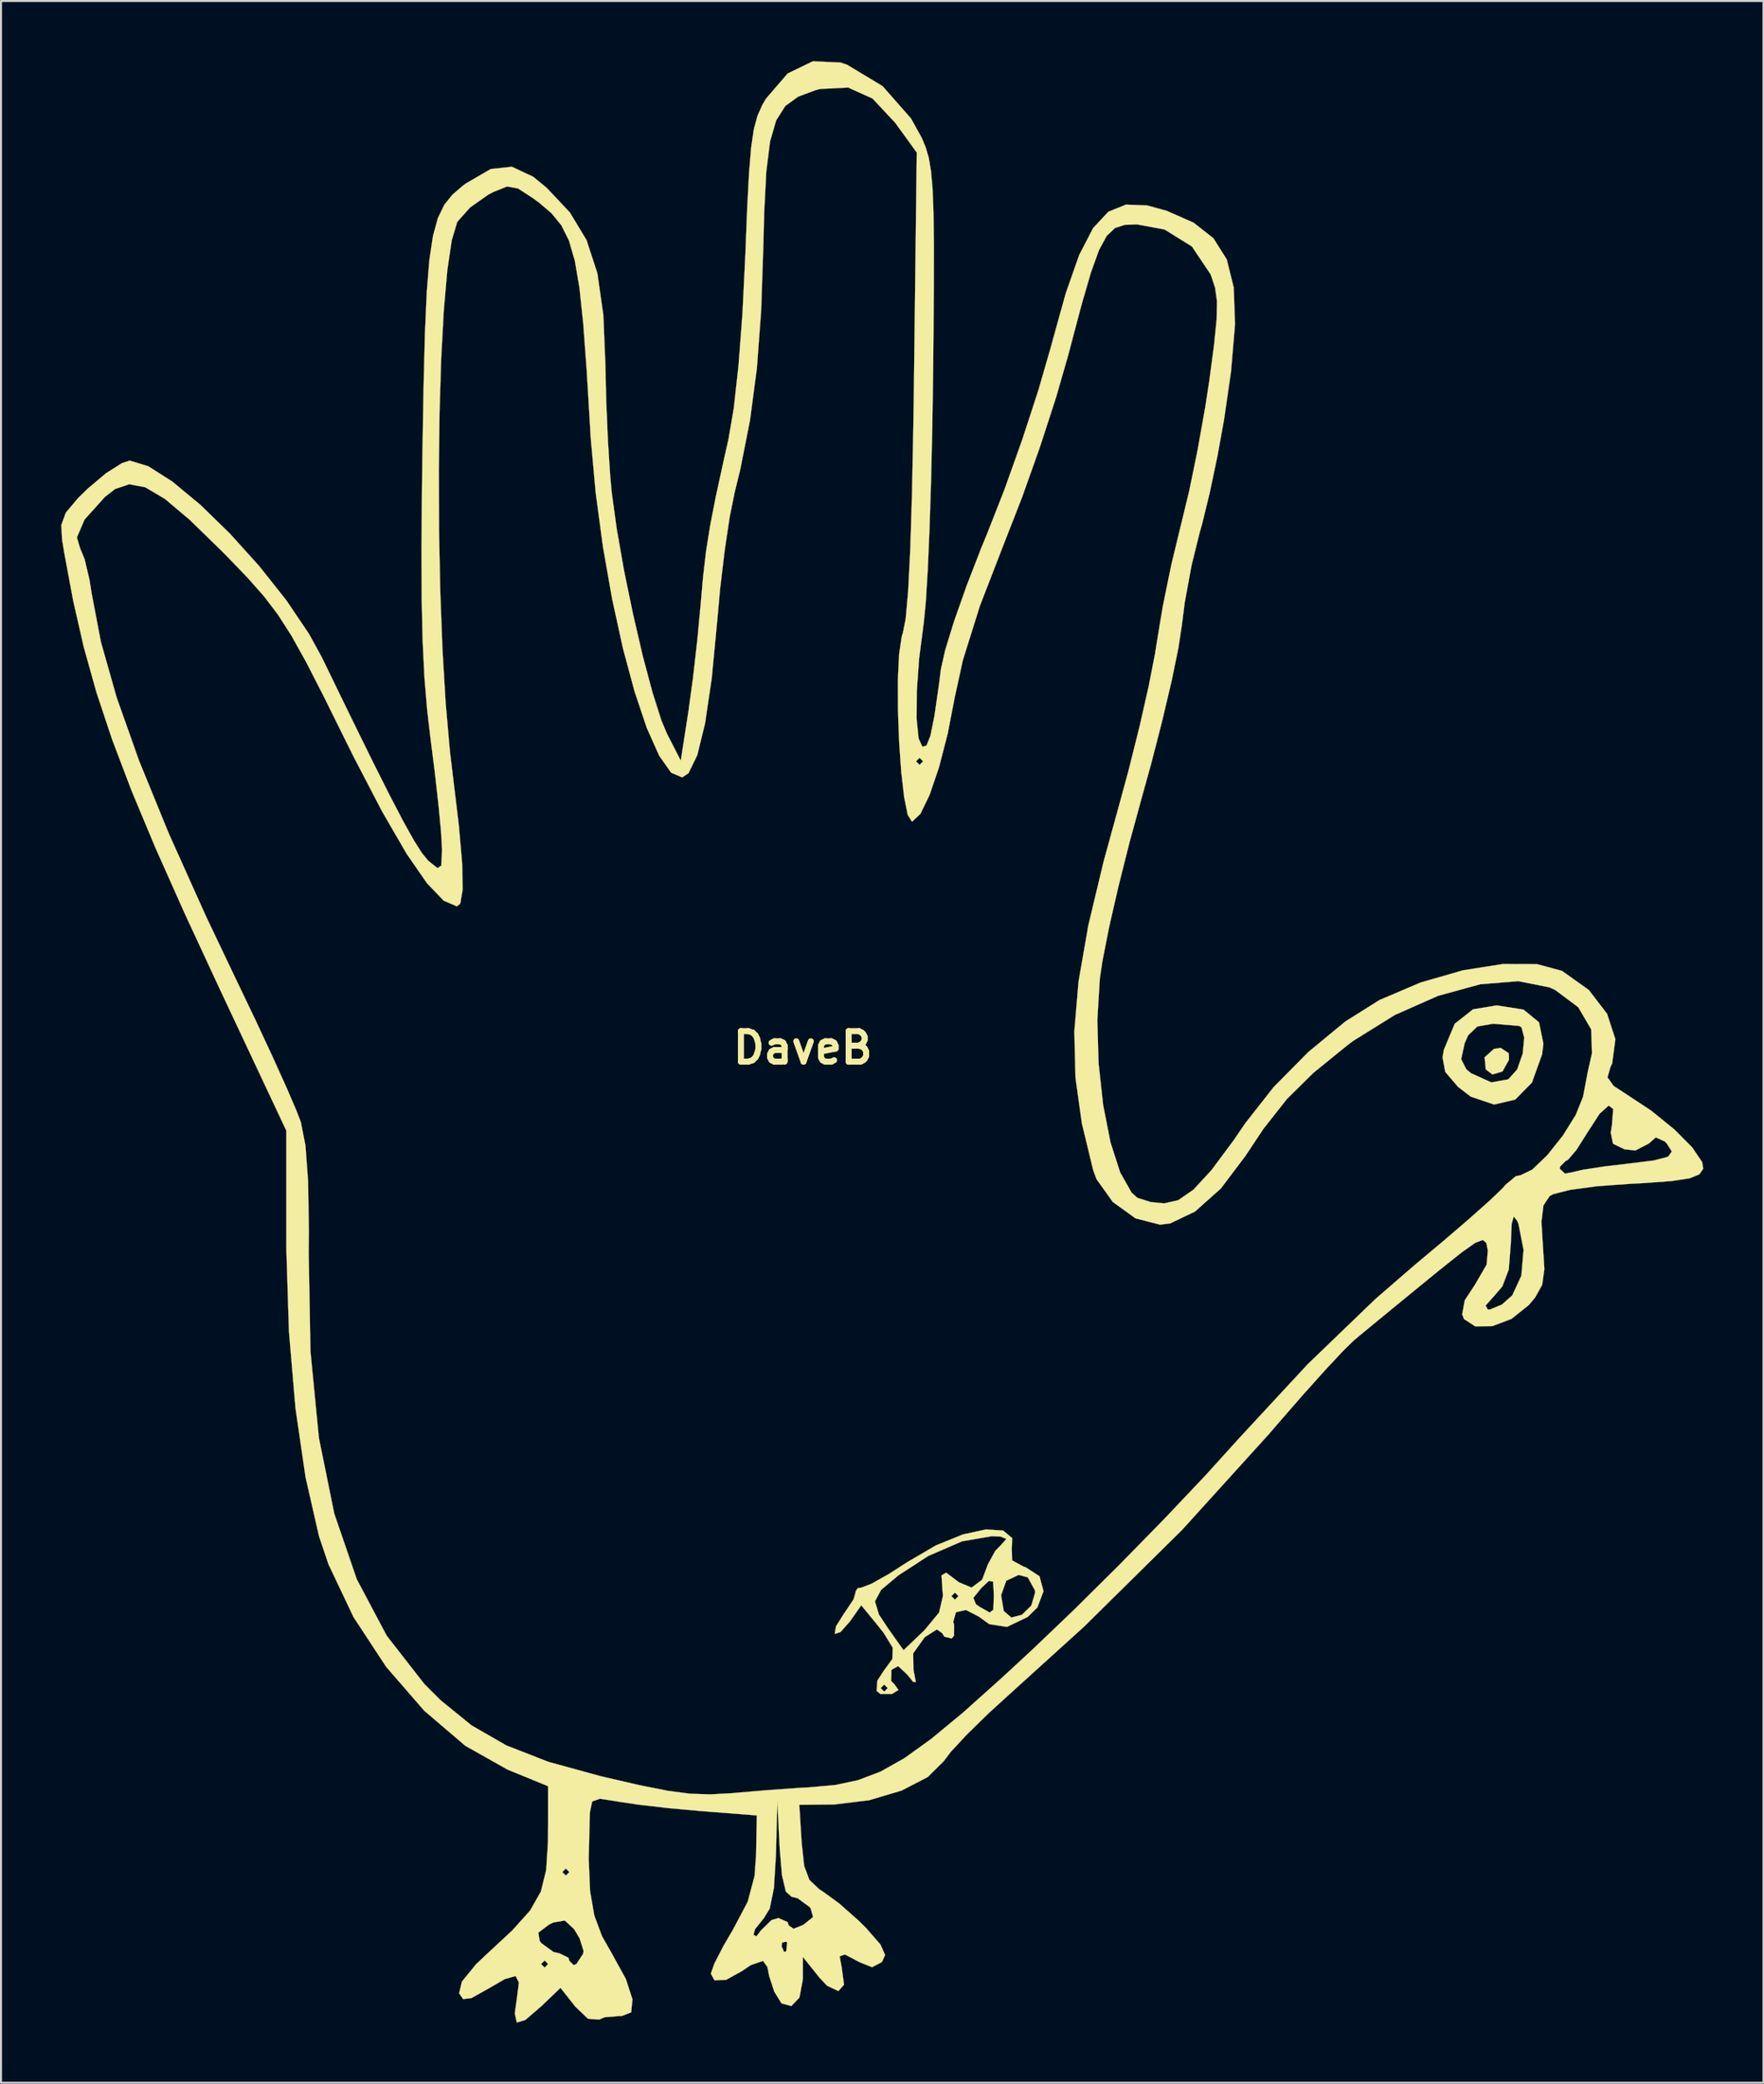
<source format=kicad_pcb>
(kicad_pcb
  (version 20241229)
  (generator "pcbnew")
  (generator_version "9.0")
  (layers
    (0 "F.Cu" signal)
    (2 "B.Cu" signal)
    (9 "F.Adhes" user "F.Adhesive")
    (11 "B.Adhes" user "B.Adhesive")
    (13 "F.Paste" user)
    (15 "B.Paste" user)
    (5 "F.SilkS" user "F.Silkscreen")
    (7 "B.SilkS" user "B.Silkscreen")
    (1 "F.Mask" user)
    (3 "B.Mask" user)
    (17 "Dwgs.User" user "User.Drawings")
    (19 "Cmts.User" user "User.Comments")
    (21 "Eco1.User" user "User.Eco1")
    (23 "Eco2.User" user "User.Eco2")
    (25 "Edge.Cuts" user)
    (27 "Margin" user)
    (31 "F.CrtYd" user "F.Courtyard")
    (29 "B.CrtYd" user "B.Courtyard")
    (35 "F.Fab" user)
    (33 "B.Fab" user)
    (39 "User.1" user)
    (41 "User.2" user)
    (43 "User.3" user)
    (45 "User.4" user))
  (footprint "DaveB"
    (layer "F.Cu")
    (at 36.982 49.201)
    (property "Reference" "DaveB" (at 0 0 0) (layer "F.SilkS") (effects (font (size 1.524 1.524) (thickness 0.3))))
    (attr through_hole)
    (fp_poly (pts (xy 35.199 0.269) (xy 35.215 0.588) (xy 34.889 1.176) (xy 34.388 1.327) (xy 34.055 1.077) (xy 33.997 0.471) (xy 34.46 0.055) (xy 34.795 0) (xy 35.199 0.269)) (stroke (width 0.01) (type solid)) (fill yes) (layer "F.SilkS"))
    (fp_poly (pts (xy 35.937 -1.907) (xy 36.71 -1.273) (xy 36.928 -0.208) (xy 36.865 0.319) (xy 36.357 1.73) (xy 35.524 2.579) (xy 34.472 2.826) (xy 33.304 2.432) (xy 32.675 1.949) (xy 32.034 1.199) (xy 31.916 0.563) (xy 32.827 0.563) (xy 33.083 1.071) (xy 33.325 1.269) (xy 34.33 1.722) (xy 35.177 1.57) (xy 35.618 1.082) (xy 35.897 0.287) (xy 35.973 -0.509) (xy 35.835 -1.027) (xy 35.719 -1.094) (xy 34.423 -1.204) (xy 33.633 -1.065) (xy 33.175 -0.623) (xy 33.002 -0.23) (xy 32.827 0.563) (xy 31.916 0.563) (xy 31.899 0.471) (xy 31.965 0.097) (xy 32.509 -1.203) (xy 33.421 -1.921) (xy 34.602 -2.117) (xy 35.937 -1.907)) (stroke (width 0.01) (type solid)) (fill yes) (layer "F.SilkS"))
    (fp_poly (pts (xy 9.99 24.07) (xy 10.438 24.447) (xy 10.42 25.005) (xy 10.434 25.557) (xy 11.017 25.873) (xy 11.102 25.895) (xy 11.802 26.35) (xy 12.002 27.094) (xy 11.693 27.91) (xy 11.21 28.379) (xy 10.18 28.874) (xy 9.296 28.736) (xy 8.781 28.364) (xy 8.136 28.031) (xy 7.633 28.143) (xy 7.5 28.623) (xy 7.545 28.776) (xy 7.538 29.317) (xy 7.423 29.448) (xy 7.054 29.363) (xy 6.961 29.195) (xy 6.688 29.001) (xy 6.123 29.358) (xy 6.054 29.418) (xy 5.504 30.194) (xy 5.516 31.006) (xy 5.636 31.625) (xy 5.507 31.621) (xy 5.211 31.256) (xy 4.755 30.829) (xy 4.434 31.006) (xy 4.418 31.03) (xy 4.404 31.571) (xy 4.57 31.74) (xy 4.769 32.02) (xy 4.451 32.215) (xy 3.863 32.215) (xy 3.681 32.065) (xy 3.691 31.926) (xy 3.881 31.926) (xy 4.057 32.103) (xy 4.233 31.926) (xy 4.057 31.75) (xy 3.881 31.926) (xy 3.691 31.926) (xy 3.716 31.558) (xy 4.022 31.083) (xy 4.468 30.468) (xy 4.481 29.909) (xy 4.033 29.175) (xy 3.737 28.803) (xy 2.914 27.796) (xy 2.347 28.605) (xy 1.882 29.128) (xy 1.591 29.225) (xy 1.652 28.851) (xy 2.059 28.2) (xy 2.1 28.147) (xy 2.463 27.6) (xy 3.597 27.6) (xy 3.795 28.259) (xy 4.276 28.987) (xy 5.023 30.037) (xy 6.065 29.042) (xy 6.793 28.161) (xy 6.985 27.34) (xy 7.408 27.34) (xy 7.585 27.517) (xy 7.677 27.424) (xy 8.504 27.424) (xy 8.629 27.743) (xy 8.819 27.877) (xy 9.317 28.159) (xy 9.5 28.018) (xy 9.525 27.315) (xy 9.525 27.292) (xy 9.887 27.292) (xy 10.019 28.082) (xy 10.398 28.409) (xy 10.926 28.271) (xy 11.393 27.81) (xy 11.584 27.165) (xy 11.575 27.052) (xy 11.218 26.405) (xy 10.765 26.282) (xy 10.146 26.571) (xy 9.887 27.292) (xy 9.525 27.292) (xy 9.525 27.265) (xy 9.488 26.612) (xy 9.278 26.582) (xy 8.908 26.925) (xy 8.504 27.424) (xy 7.677 27.424) (xy 7.761 27.34) (xy 7.585 27.164) (xy 7.408 27.34) (xy 6.985 27.34) (xy 6.989 27.325) (xy 6.966 27.076) (xy 6.917 26.307) (xy 7.149 26.171) (xy 7.745 26.621) (xy 7.771 26.644) (xy 8.415 26.914) (xy 8.941 26.524) (xy 9.231 25.753) (xy 9.593 25.087) (xy 9.878 24.795) (xy 10.15 24.488) (xy 9.853 24.369) (xy 9.425 24.353) (xy 7.943 24.606) (xy 6.253 25.338) (xy 4.763 26.306) (xy 3.905 27.027) (xy 3.597 27.6) (xy 2.463 27.6) (xy 2.535 27.492) (xy 2.643 27.105) (xy 2.634 27.094) (xy 2.746 26.937) (xy 2.91 26.919) (xy 3.416 26.727) (xy 4.293 26.235) (xy 5.22 25.639) (xy 6.635 24.812) (xy 7.976 24.266) (xy 9.132 24.014) (xy 9.99 24.07)) (stroke (width 0.01) (type solid)) (fill yes) (layer "F.SilkS"))
    (fp_poly (pts (xy 1.887 -49.131) (xy 2.205 -49.023) (xy 3.976 -47.957) (xy 5.394 -46.344) (xy 5.933 -45.368) (xy 6.128 -44.901) (xy 6.279 -44.383) (xy 6.391 -43.726) (xy 6.469 -42.845) (xy 6.515 -41.65) (xy 6.536 -40.057) (xy 6.533 -37.977) (xy 6.513 -35.324) (xy 6.497 -33.69) (xy 6.456 -30.941) (xy 6.395 -28.307) (xy 6.318 -25.903) (xy 6.23 -23.845) (xy 6.133 -22.249) (xy 6.034 -21.232) (xy 6.025 -21.167) (xy 5.801 -19.432) (xy 5.683 -17.795) (xy 5.673 -16.41) (xy 5.772 -15.429) (xy 5.959 -15.017) (xy 6.166 -15.07) (xy 6.361 -15.553) (xy 6.563 -16.55) (xy 6.792 -18.139) (xy 6.884 -18.874) (xy 7.1 -19.835) (xy 7.543 -21.272) (xy 8.158 -23.015) (xy 8.885 -24.894) (xy 9.166 -25.576) (xy 10.046 -27.816) (xy 10.941 -30.325) (xy 11.751 -32.808) (xy 12.375 -34.966) (xy 12.406 -35.087) (xy 13.114 -37.637) (xy 13.787 -39.548) (xy 14.477 -40.88) (xy 15.236 -41.693) (xy 16.116 -42.048) (xy 17.17 -42.006) (xy 18.138 -41.74) (xy 19.484 -41.148) (xy 20.475 -40.369) (xy 21.135 -39.321) (xy 21.486 -37.92) (xy 21.551 -36.083) (xy 21.352 -33.729) (xy 21.003 -31.322) (xy 20.677 -29.521) (xy 20.29 -27.684) (xy 19.909 -26.121) (xy 19.784 -25.678) (xy 19.382 -24.053) (xy 19.045 -22.214) (xy 18.898 -21.061) (xy 18.724 -19.919) (xy 18.383 -18.269) (xy 17.914 -16.281) (xy 17.357 -14.121) (xy 16.905 -12.493) (xy 16.296 -10.27) (xy 15.737 -8.048) (xy 15.271 -6.008) (xy 14.94 -4.333) (xy 14.81 -3.467) (xy 14.684 -1.386) (xy 14.746 0.764) (xy 14.973 2.841) (xy 15.339 4.703) (xy 15.822 6.21) (xy 16.395 7.22) (xy 16.682 7.479) (xy 17.349 7.691) (xy 18.014 7.756) (xy 18.716 7.599) (xy 19.478 7.072) (xy 20.375 6.1) (xy 21.485 4.607) (xy 22.068 3.753) (xy 23.472 1.964) (xy 25.206 0.208) (xy 27.052 -1.314) (xy 28.751 -2.383) (xy 30.804 -3.257) (xy 32.907 -3.864) (xy 34.898 -4.178) (xy 36.612 -4.173) (xy 37.859 -3.836) (xy 39.191 -2.886) (xy 40.103 -1.699) (xy 40.517 -0.428) (xy 40.357 0.777) (xy 40.27 0.958) (xy 40.125 1.471) (xy 40.431 1.901) (xy 41.032 2.293) (xy 42.314 3.139) (xy 43.462 4.072) (xy 44.349 4.966) (xy 44.845 5.699) (xy 44.897 6.027) (xy 44.705 6.308) (xy 44.218 6.505) (xy 43.314 6.643) (xy 41.869 6.748) (xy 41.259 6.779) (xy 39.582 6.902) (xy 38.247 7.083) (xy 37.405 7.299) (xy 37.241 7.39) (xy 36.93 7.856) (xy 36.831 8.671) (xy 36.9 9.825) (xy 36.976 11.029) (xy 36.869 11.812) (xy 36.517 12.446) (xy 36.203 12.822) (xy 35.343 13.512) (xy 34.385 13.876) (xy 33.528 13.889) (xy 32.969 13.523) (xy 32.877 13.286) (xy 32.959 12.852) (xy 34.046 12.852) (xy 34.157 13.047) (xy 34.251 13.053) (xy 34.856 12.804) (xy 35.376 12.343) (xy 35.829 11.361) (xy 35.939 10.068) (xy 35.686 8.781) (xy 35.631 8.643) (xy 35.45 8.406) (xy 35.346 8.768) (xy 35.303 9.776) (xy 35.2 11.056) (xy 34.883 11.892) (xy 34.506 12.333) (xy 34.046 12.852) (xy 32.959 12.852) (xy 33.009 12.586) (xy 33.509 11.823) (xy 34.097 10.81) (xy 34.158 10.108) (xy 34.082 9.725) (xy 33.909 9.579) (xy 33.538 9.717) (xy 32.867 10.189) (xy 31.796 11.042) (xy 31.221 11.51) (xy 29.924 12.571) (xy 28.736 13.546) (xy 27.826 14.296) (xy 27.486 14.58) (xy 26.928 15.124) (xy 26.03 16.087) (xy 24.901 17.346) (xy 23.654 18.779) (xy 23.271 19.226) (xy 18.91 24.039) (xy 14.009 28.875) (xy 10.583 31.979) (xy 9.312 33.135) (xy 8.199 34.221) (xy 7.381 35.101) (xy 7.034 35.56) (xy 6.233 36.358) (xy 4.925 37.036) (xy 3.305 37.518) (xy 1.572 37.728) (xy 1.411 37.731) (xy -0.176 37.746) (xy -0.059 39.628) (xy 0.067 40.796) (xy 0.33 41.496) (xy 0.83 41.965) (xy 0.999 42.071) (xy 1.823 42.673) (xy 2.792 43.531) (xy 3.157 43.894) (xy 3.871 44.713) (xy 4.103 45.236) (xy 3.942 45.588) (xy 3.451 45.843) (xy 2.818 45.588) (xy 2.098 45.208) (xy 1.837 45.306) (xy 1.939 45.858) (xy 2.055 46.715) (xy 1.773 47.035) (xy 1.207 46.765) (xy 0.827 46.361) (xy 0.004 45.332) (xy 0.002 46.441) (xy -0.168 47.356) (xy -0.573 47.78) (xy -1.061 47.649) (xy -1.422 47.066) (xy -1.678 46.281) (xy -1.764 45.838) (xy -1.984 45.527) (xy -2.602 45.742) (xy -3.019 46.026) (xy -3.825 46.473) (xy -4.402 46.497) (xy -4.586 46.165) (xy -4.412 45.667) (xy -3.968 44.803) (xy -1.058 44.803) (xy -0.929 45.093) (xy -0.823 45.038) (xy -0.781 44.619) (xy -0.823 44.568) (xy -1.033 44.616) (xy -1.058 44.803) (xy -3.968 44.803) (xy -3.961 44.789) (xy -3.633 44.229) (xy -2.459 44.229) (xy -2.314 44.306) (xy -2.088 44.009) (xy -1.562 43.496) (xy -1.217 43.392) (xy -0.759 43.595) (xy -0.706 43.757) (xy -0.462 43.927) (xy 0.023 43.732) (xy 0.511 43.345) (xy 0.392 42.913) (xy 0.332 42.838) (xy -0.259 42.404) (xy -0.556 42.333) (xy -0.846 42.075) (xy -1.04 41.251) (xy -1.15 39.952) (xy -1.273 37.571) (xy -1.342 40.262) (xy -1.442 41.899) (xy -1.651 42.924) (xy -1.94 43.392) (xy -2.381 43.945) (xy -2.459 44.229) (xy -3.633 44.229) (xy -3.476 43.96) (xy -2.746 42.576) (xy -2.404 41.288) (xy -2.329 40.217) (xy -2.293 38.276) (xy -5.115 38.055) (xy -6.66 37.915) (xy -8.109 37.749) (xy -9.176 37.591) (xy -9.26 37.575) (xy -10.121 37.443) (xy -10.503 37.581) (xy -10.615 38.104) (xy -10.625 38.325) (xy -10.677 40.449) (xy -10.61 42.042) (xy -10.397 43.27) (xy -10.013 44.3) (xy -9.536 45.138) (xy -8.825 46.431) (xy -8.495 47.448) (xy -8.561 48.096) (xy -9.037 48.28) (xy -9.084 48.273) (xy -9.873 48.336) (xy -10.157 48.457) (xy -10.712 48.414) (xy -11.347 47.807) (xy -12.083 46.872) (xy -13.028 47.778) (xy -13.836 48.474) (xy -14.261 48.602) (xy -14.362 48.147) (xy -14.264 47.449) (xy -14.157 46.609) (xy -14.321 46.284) (xy -14.86 46.436) (xy -15.745 46.948) (xy -16.532 47.386) (xy -16.938 47.433) (xy -17.138 47.149) (xy -17.001 46.564) (xy -16.295 45.698) (xy -16.281 45.685) (xy -13.053 45.685) (xy -12.876 45.861) (xy -12.7 45.685) (xy -12.876 45.508) (xy -13.053 45.685) (xy -16.281 45.685) (xy -15.842 45.268) (xy -14.606 44.121) (xy -13.19 44.121) (xy -13.121 44.535) (xy -13.032 44.651) (xy -12.432 45.085) (xy -12.128 45.156) (xy -11.687 45.372) (xy -11.642 45.529) (xy -11.426 45.74) (xy -11.289 45.685) (xy -10.953 45.17) (xy -10.936 45.026) (xy -11.131 44.403) (xy -11.405 43.944) (xy -11.87 43.515) (xy -12.448 43.616) (xy -12.663 43.724) (xy -13.19 44.121) (xy -14.606 44.121) (xy -14.492 44.016) (xy -13.596 43.015) (xy -13.062 42.072) (xy -12.822 41.099) (xy -11.994 41.099) (xy -11.818 41.275) (xy -11.642 41.099) (xy -11.818 40.922) (xy -11.994 41.099) (xy -12.822 41.099) (xy -12.796 40.992) (xy -12.707 39.581) (xy -12.7 38.65) (xy -12.7 36.819) (xy -14.728 35.988) (xy -16.827 34.805) (xy -18.878 33.054) (xy -20.773 30.87) (xy -22.402 28.389) (xy -23.656 25.745) (xy -24.127 24.342) (xy -24.793 21.422) (xy -25.298 17.97) (xy -25.623 14.145) (xy -25.751 10.107) (xy -25.753 9.653) (xy -25.753 4.133) (xy -29.087 -2.961) (xy -30.835 -6.73) (xy -32.286 -9.986) (xy -33.475 -12.833) (xy -34.442 -15.379) (xy -35.224 -17.73) (xy -35.856 -19.992) (xy -36.378 -22.273) (xy -36.826 -24.677) (xy -36.934 -25.328) (xy -36.942 -25.453) (xy -36.198 -25.453) (xy -36.047 -24.936) (xy -35.813 -24.368) (xy -35.575 -23.363) (xy -35.453 -22.611) (xy -34.999 -20.235) (xy -34.221 -17.488) (xy -33.101 -14.326) (xy -31.622 -10.704) (xy -29.769 -6.578) (xy -28.254 -3.394) (xy -27.322 -1.449) (xy -26.47 0.378) (xy -25.758 1.951) (xy -25.249 3.134) (xy -25.031 3.704) (xy -24.802 4.864) (xy -24.669 6.665) (xy -24.63 9.133) (xy -24.64 10.231) (xy -24.552 15.133) (xy -24.131 19.449) (xy -23.365 23.223) (xy -22.242 26.498) (xy -20.748 29.317) (xy -18.871 31.724) (xy -18.063 32.531) (xy -16.516 33.788) (xy -14.784 34.784) (xy -12.694 35.601) (xy -10.092 36.317) (xy -8.17 36.761) (xy -6.741 37.046) (xy -5.619 37.194) (xy -4.614 37.227) (xy -3.538 37.168) (xy -3.175 37.135) (xy -1.706 37.011) (xy -0.216 36.905) (xy 0.353 36.873) (xy 1.613 36.759) (xy 2.757 36.517) (xy 3.876 36.091) (xy 5.061 35.424) (xy 6.404 34.459) (xy 7.996 33.141) (xy 9.927 31.412) (xy 11.468 29.986) (xy 13.544 28.001) (xy 15.787 25.777) (xy 18.024 23.49) (xy 20.08 21.318) (xy 21.777 19.444) (xy 25.169 15.782) (xy 28.554 12.523) (xy 30.488 10.848) (xy 31.972 9.605) (xy 33.269 8.49) (xy 34.277 7.592) (xy 34.894 7) (xy 35.031 6.838) (xy 35.552 6.401) (xy 35.797 6.35) (xy 36.379 6.067) (xy 36.412 6.035) (xy 37.747 6.035) (xy 38.004 6.27) (xy 38.281 6.221) (xy 38.896 6.079) (xy 39.968 5.915) (xy 41.103 5.781) (xy 42.433 5.617) (xy 43.147 5.429) (xy 43.333 5.165) (xy 43.081 4.772) (xy 42.981 4.669) (xy 42.534 4.465) (xy 42.187 4.769) (xy 41.517 5.117) (xy 40.976 5.06) (xy 40.4 4.781) (xy 40.287 4.226) (xy 40.35 3.83) (xy 40.408 3.051) (xy 40.184 2.876) (xy 39.73 3.286) (xy 39.116 4.233) (xy 38.586 5.075) (xy 38.157 5.58) (xy 38.035 5.644) (xy 37.76 5.919) (xy 37.747 6.035) (xy 36.412 6.035) (xy 37.13 5.344) (xy 37.901 4.373) (xy 38.542 3.344) (xy 38.903 2.448) (xy 38.921 2.36) (xy 39.14 1.205) (xy 39.351 0.265) (xy 39.311 -0.923) (xy 38.668 -2.023) (xy 37.52 -2.883) (xy 37.231 -3.016) (xy 35.682 -3.325) (xy 33.784 -3.171) (xy 31.682 -2.596) (xy 29.52 -1.64) (xy 27.442 -0.346) (xy 27.164 -0.138) (xy 25.455 1.25) (xy 24.134 2.557) (xy 22.968 4.037) (xy 22.063 5.399) (xy 20.844 7.014) (xy 19.559 8.161) (xy 18.317 8.754) (xy 17.815 8.817) (xy 16.589 8.502) (xy 15.456 7.684) (xy 14.646 6.549) (xy 14.48 6.104) (xy 13.913 3.758) (xy 13.597 1.494) (xy 13.54 -0.817) (xy 13.749 -3.302) (xy 14.233 -6.089) (xy 15.002 -9.305) (xy 15.658 -11.687) (xy 16.244 -13.836) (xy 16.789 -16.017) (xy 17.245 -18.024) (xy 17.562 -19.648) (xy 17.641 -20.154) (xy 17.949 -22.009) (xy 18.378 -24.103) (xy 18.837 -26.001) (xy 18.865 -26.106) (xy 19.265 -27.761) (xy 19.685 -29.809) (xy 20.066 -31.942) (xy 20.263 -33.226) (xy 20.506 -35.046) (xy 20.635 -36.328) (xy 20.652 -37.228) (xy 20.558 -37.904) (xy 20.355 -38.514) (xy 20.329 -38.579) (xy 19.402 -39.96) (xy 18.041 -40.806) (xy 16.669 -41.06) (xy 16.056 -41.04) (xy 15.567 -40.881) (xy 15.154 -40.492) (xy 14.77 -39.784) (xy 14.367 -38.667) (xy 13.897 -37.051) (xy 13.314 -34.848) (xy 13.253 -34.613) (xy 12.636 -32.462) (xy 11.829 -29.976) (xy 10.936 -27.463) (xy 10.063 -25.229) (xy 10.058 -25.216) (xy 8.829 -22.04) (xy 7.979 -19.328) (xy 7.582 -17.514) (xy 7.222 -15.658) (xy 6.787 -13.98) (xy 6.319 -12.608) (xy 5.864 -11.669) (xy 5.464 -11.291) (xy 5.436 -11.289) (xy 5.232 -11.615) (xy 5.054 -12.491) (xy 4.908 -13.759) (xy 4.871 -14.287) (xy 5.644 -14.287) (xy 5.821 -14.111) (xy 5.997 -14.287) (xy 5.821 -14.464) (xy 5.644 -14.287) (xy 4.871 -14.287) (xy 4.803 -15.264) (xy 4.745 -16.848) (xy 4.742 -18.355) (xy 4.802 -19.63) (xy 4.933 -20.515) (xy 4.987 -20.683) (xy 5.129 -21.39) (xy 5.253 -22.776) (xy 5.358 -24.847) (xy 5.444 -27.609) (xy 5.513 -31.068) (xy 5.543 -33.17) (xy 5.682 -44.645) (xy 4.608 -46.127) (xy 3.476 -47.338) (xy 2.261 -47.886) (xy 0.861 -47.815) (xy 0.629 -47.755) (xy -0.232 -47.433) (xy -0.874 -46.965) (xy -1.33 -46.25) (xy -1.635 -45.189) (xy -1.823 -43.681) (xy -1.928 -41.626) (xy -1.964 -40.156) (xy -2.078 -36.761) (xy -2.293 -33.875) (xy -2.633 -31.302) (xy -3.118 -28.849) (xy -3.397 -27.708) (xy -3.645 -26.485) (xy -3.898 -24.8) (xy -4.124 -22.893) (xy -4.263 -21.358) (xy -4.541 -18.438) (xy -4.875 -16.18) (xy -5.263 -14.596) (xy -5.701 -13.697) (xy -6.015 -13.486) (xy -6.568 -13.722) (xy -7.164 -14.573) (xy -7.779 -15.951) (xy -8.39 -17.769) (xy -8.973 -19.939) (xy -9.506 -22.373) (xy -9.966 -24.984) (xy -10.329 -27.684) (xy -10.573 -30.385) (xy -10.602 -30.868) (xy -10.777 -33.794) (xy -10.948 -36.105) (xy -11.137 -37.893) (xy -11.368 -39.248) (xy -11.663 -40.26) (xy -12.043 -41.02) (xy -12.532 -41.619) (xy -13.152 -42.147) (xy -13.445 -42.362) (xy -14.204 -42.855) (xy -14.748 -42.952) (xy -15.425 -42.68) (xy -15.702 -42.533) (xy -16.588 -41.908) (xy -17.209 -41.214) (xy -17.243 -41.154) (xy -17.507 -40.268) (xy -17.727 -38.778) (xy -17.902 -36.785) (xy -18.032 -34.39) (xy -18.115 -31.693) (xy -18.152 -28.794) (xy -18.141 -25.795) (xy -18.08 -22.796) (xy -17.971 -19.897) (xy -17.81 -17.199) (xy -17.599 -14.803) (xy -17.473 -13.743) (xy -17.157 -11.138) (xy -16.987 -9.196) (xy -16.962 -7.89) (xy -17.081 -7.194) (xy -17.249 -7.056) (xy -17.909 -7.341) (xy -18.741 -8.209) (xy -19.757 -9.68) (xy -20.971 -11.774) (xy -22.395 -14.51) (xy -22.829 -15.383) (xy -23.913 -17.574) (xy -24.776 -19.255) (xy -25.5 -20.554) (xy -26.169 -21.598) (xy -26.865 -22.513) (xy -27.671 -23.426) (xy -28.671 -24.466) (xy -28.96 -24.758) (xy -30.561 -26.32) (xy -31.807 -27.371) (xy -32.787 -27.953) (xy -33.586 -28.105) (xy -34.292 -27.868) (xy -34.801 -27.472) (xy -35.817 -26.342) (xy -36.198 -25.453) (xy -36.942 -25.453) (xy -36.977 -26.067) (xy -36.749 -26.687) (xy -36.139 -27.414) (xy -35.656 -27.886) (xy -34.746 -28.652) (xy -33.946 -29.159) (xy -33.563 -29.281) (xy -32.641 -29.002) (xy -31.434 -28.234) (xy -30.043 -27.08) (xy -28.566 -25.641) (xy -27.104 -24.02) (xy -25.757 -22.32) (xy -24.625 -20.642) (xy -23.985 -19.475) (xy -22.602 -16.627) (xy -21.485 -14.353) (xy -20.6 -12.59) (xy -19.912 -11.273) (xy -19.389 -10.337) (xy -18.997 -9.719) (xy -18.701 -9.355) (xy -18.651 -9.307) (xy -18.21 -8.959) (xy -18.029 -9.089) (xy -17.992 -9.804) (xy -17.992 -9.926) (xy -18.038 -10.757) (xy -18.165 -12.095) (xy -18.351 -13.748) (xy -18.556 -15.36) (xy -18.735 -16.885) (xy -18.868 -18.484) (xy -18.956 -20.269) (xy -19.004 -22.356) (xy -19.015 -24.858) (xy -18.991 -27.888) (xy -18.965 -29.814) (xy -18.909 -33.042) (xy -18.842 -35.643) (xy -18.75 -37.698) (xy -18.621 -39.285) (xy -18.442 -40.484) (xy -18.198 -41.374) (xy -17.879 -42.035) (xy -17.47 -42.545) (xy -16.958 -42.985) (xy -16.791 -43.109) (xy -15.557 -43.823) (xy -14.507 -43.936) (xy -13.444 -43.435) (xy -12.776 -42.889) (xy -11.612 -41.651) (xy -10.785 -40.278) (xy -10.246 -38.628) (xy -9.949 -36.561) (xy -9.849 -34.175) (xy -9.803 -32.243) (xy -9.718 -30.271) (xy -9.607 -28.543) (xy -9.53 -27.693) (xy -9.278 -25.864) (xy -8.912 -23.788) (xy -8.468 -21.632) (xy -7.986 -19.56) (xy -7.502 -17.739) (xy -7.055 -16.333) (xy -6.781 -15.678) (xy -6.085 -14.321) (xy -5.705 -16.774) (xy -5.479 -18.424) (xy -5.259 -20.349) (xy -5.099 -22.049) (xy -4.971 -23.507) (xy -4.824 -24.766) (xy -4.624 -26.025) (xy -4.339 -27.482) (xy -3.935 -29.337) (xy -3.709 -30.339) (xy -3.443 -31.888) (xy -3.207 -34.014) (xy -3.011 -36.586) (xy -2.869 -39.476) (xy -2.867 -39.519) (xy -2.774 -41.861) (xy -2.682 -43.612) (xy -2.577 -44.888) (xy -2.442 -45.803) (xy -2.262 -46.472) (xy -2.024 -47.009) (xy -1.839 -47.327) (xy -0.756 -48.586) (xy 0.505 -49.196) (xy 1.887 -49.131)) (stroke (width 0.01) (type solid)) (fill yes) (layer "F.SilkS")))
  (gr_rect
    (start -3 -3)
    (end 84.885 100.807)
    (stroke (width 0.1) (type default))
    (fill no)
    (layer "Edge.Cuts")))
</source>
